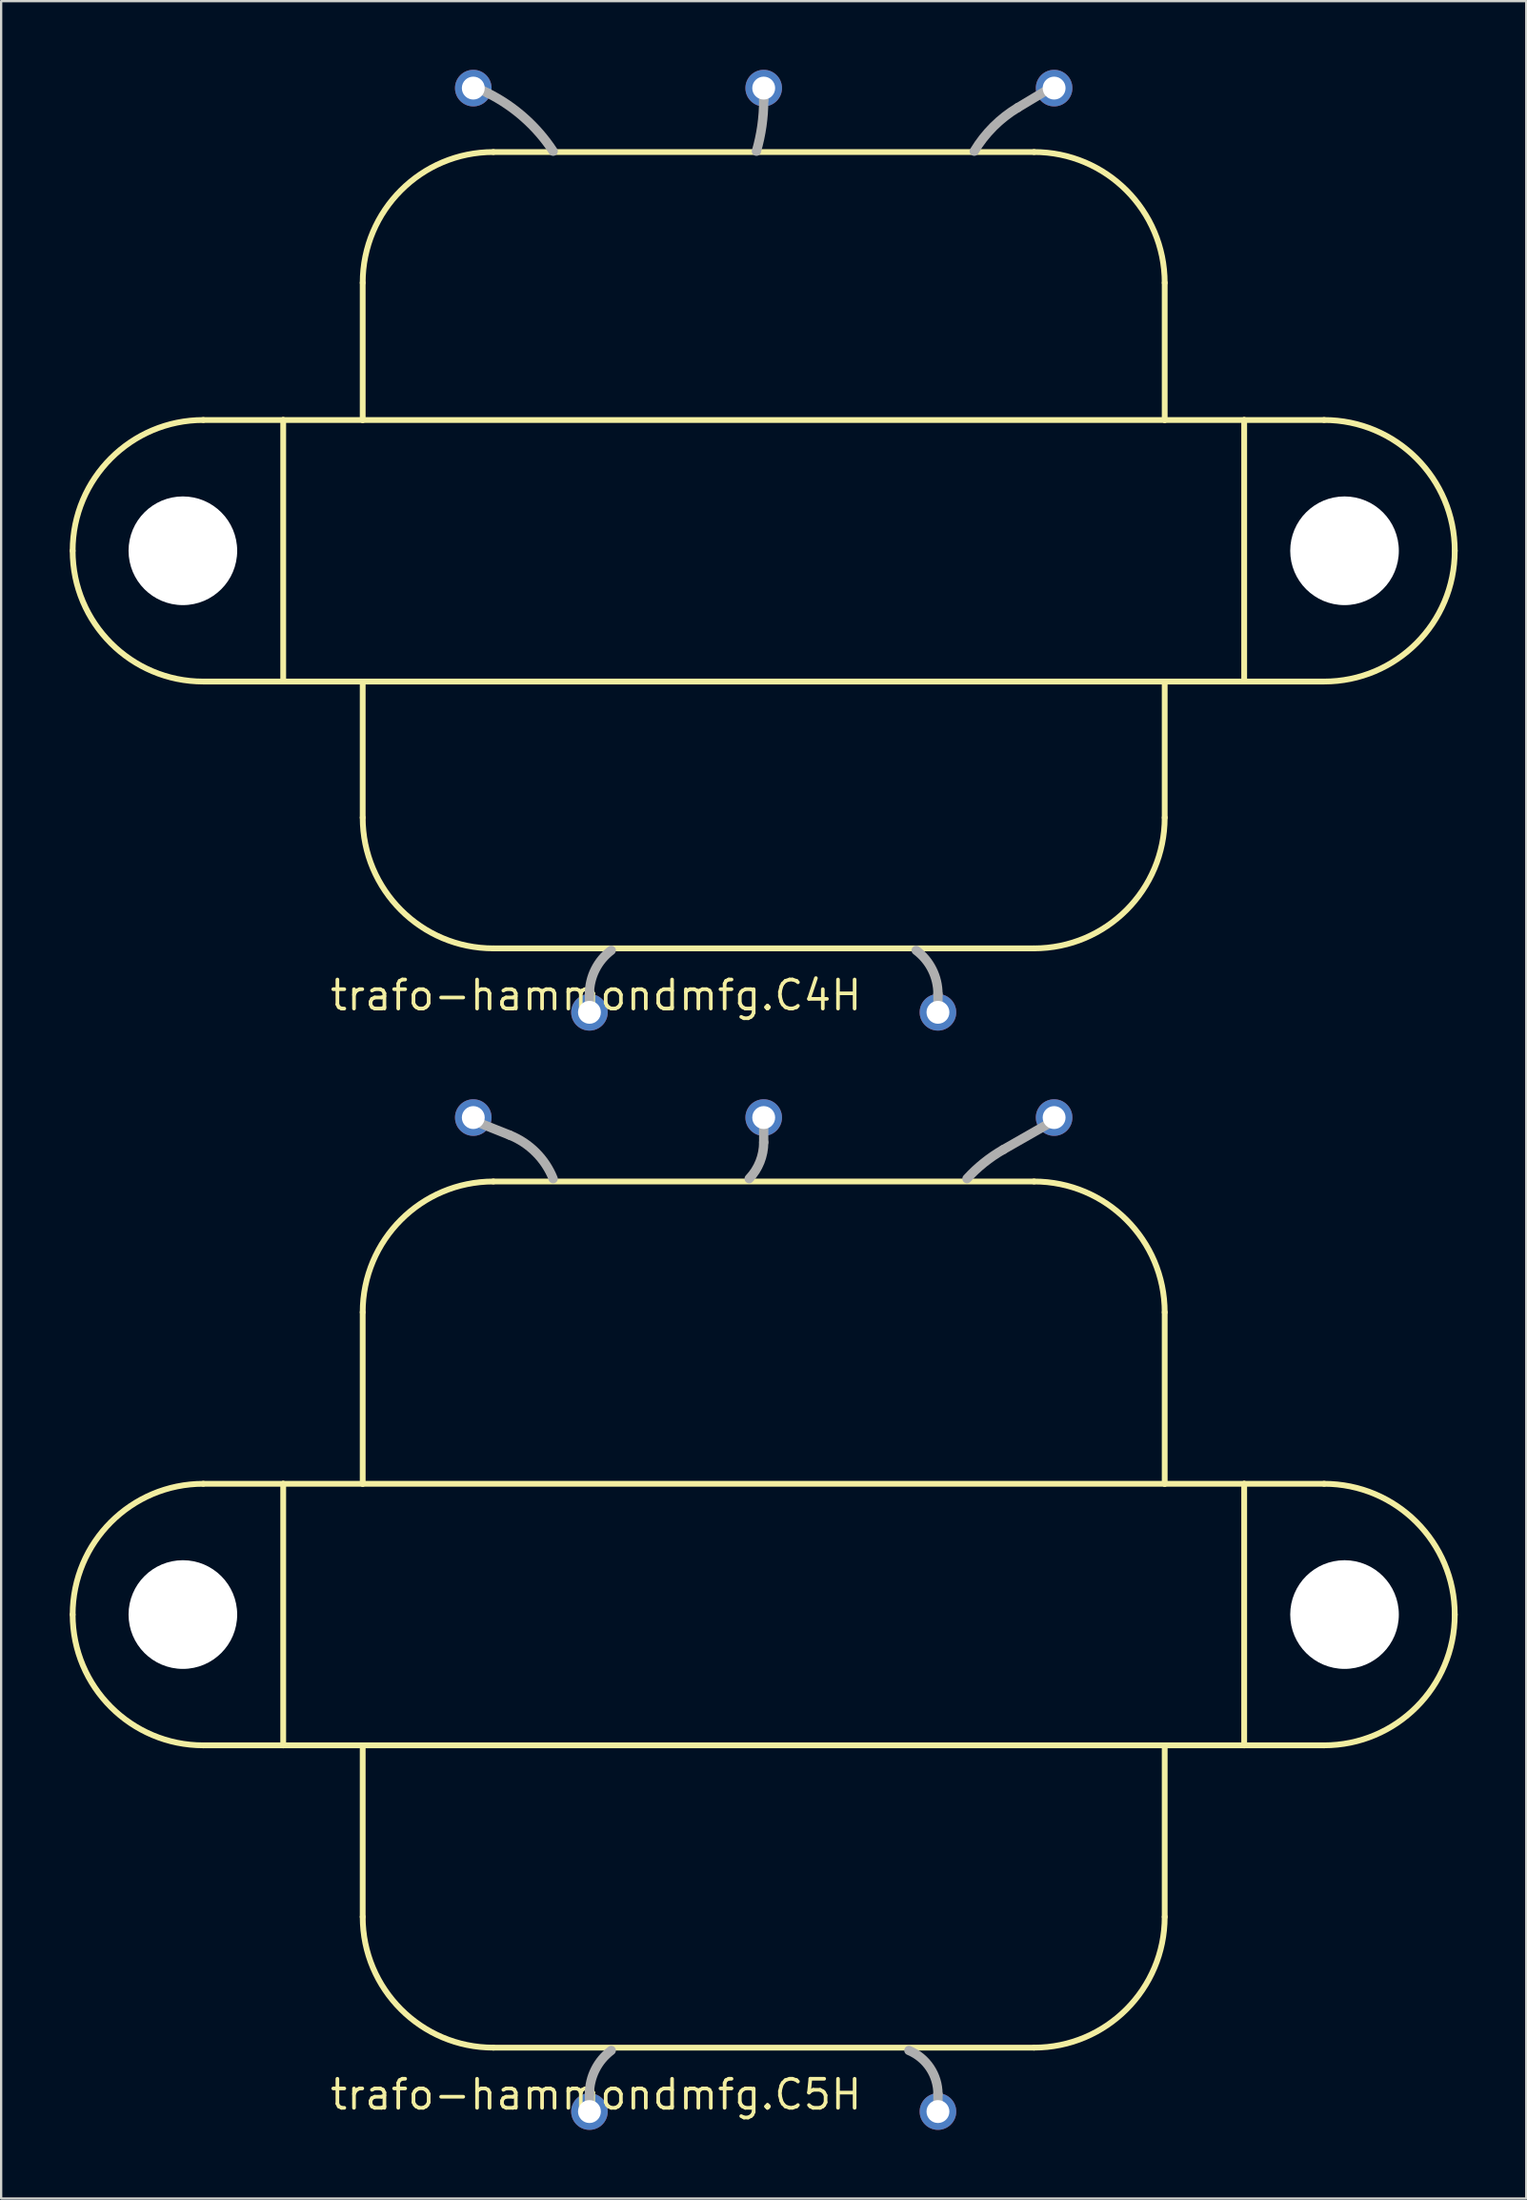
<source format=kicad_pcb>
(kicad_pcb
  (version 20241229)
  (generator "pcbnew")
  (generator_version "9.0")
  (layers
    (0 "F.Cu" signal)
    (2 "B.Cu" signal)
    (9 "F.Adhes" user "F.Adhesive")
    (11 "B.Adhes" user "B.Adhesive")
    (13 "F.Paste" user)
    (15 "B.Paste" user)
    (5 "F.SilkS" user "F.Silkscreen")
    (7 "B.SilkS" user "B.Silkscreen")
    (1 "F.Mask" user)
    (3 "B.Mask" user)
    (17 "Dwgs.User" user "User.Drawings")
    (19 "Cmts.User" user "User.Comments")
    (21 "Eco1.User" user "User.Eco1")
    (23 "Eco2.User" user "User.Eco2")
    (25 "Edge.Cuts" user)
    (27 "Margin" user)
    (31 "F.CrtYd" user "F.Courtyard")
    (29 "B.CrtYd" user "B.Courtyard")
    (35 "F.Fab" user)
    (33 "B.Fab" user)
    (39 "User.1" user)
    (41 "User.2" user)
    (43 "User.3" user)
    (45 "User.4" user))
  (footprint "trafo-hammondmfg.C5H"
    (layer "F.Cu")
    (at 30.347 67.51)
    (property "Reference" "trafo-hammondmfg.C5H" (at -19.05 21.72 0) (layer "F.SilkS") (effects (font (size 1.27 1.27) (thickness 0.16)) (justify left bottom)))
    (attr through_hole)
    (fp_line (start -24.505 5.715) (end -21.012 5.715) (stroke (width 0.254) (type default)) (layer "F.SilkS"))
    (fp_line (start -21.012 -5.715) (end -24.505 -5.715) (stroke (width 0.254) (type default)) (layer "F.SilkS"))
    (fp_line (start -21.012 -5.715) (end -21.012 5.715) (stroke (width 0.254) (type default)) (layer "F.SilkS"))
    (fp_line (start -21.012 5.715) (end -17.536 5.715) (stroke (width 0.254) (type default)) (layer "F.SilkS"))
    (fp_line (start -17.536 -5.715) (end -21.012 -5.715) (stroke (width 0.254) (type default)) (layer "F.SilkS"))
    (fp_line (start -17.536 -5.715) (end -17.536 -13.211) (stroke (width 0.254) (type default)) (layer "F.SilkS"))
    (fp_line (start -17.536 5.715) (end 17.536 5.715) (stroke (width 0.254) (type default)) (layer "F.SilkS"))
    (fp_line (start -17.536 13.211) (end -17.536 5.715) (stroke (width 0.254) (type default)) (layer "F.SilkS"))
    (fp_line (start -11.821 -18.926) (end 11.821 -18.926) (stroke (width 0.254) (type default)) (layer "F.SilkS"))
    (fp_line (start 11.821 18.926) (end -11.821 18.926) (stroke (width 0.254) (type default)) (layer "F.SilkS"))
    (fp_line (start 17.536 -13.211) (end 17.536 -5.715) (stroke (width 0.254) (type default)) (layer "F.SilkS"))
    (fp_line (start 17.536 -5.715) (end -17.536 -5.715) (stroke (width 0.254) (type default)) (layer "F.SilkS"))
    (fp_line (start 17.536 5.715) (end 17.536 13.211) (stroke (width 0.254) (type default)) (layer "F.SilkS"))
    (fp_line (start 17.536 5.715) (end 21.012 5.715) (stroke (width 0.254) (type default)) (layer "F.SilkS"))
    (fp_line (start 21.012 -5.715) (end 17.536 -5.715) (stroke (width 0.254) (type default)) (layer "F.SilkS"))
    (fp_line (start 21.012 -5.715) (end 21.012 5.715) (stroke (width 0.254) (type default)) (layer "F.SilkS"))
    (fp_line (start 21.012 5.715) (end 24.505 5.715) (stroke (width 0.254) (type default)) (layer "F.SilkS"))
    (fp_line (start 24.505 -5.715) (end 21.012 -5.715) (stroke (width 0.254) (type default)) (layer "F.SilkS"))
    (fp_arc (start -30.22 0) (mid -28.546115 -4.041115) (end -24.505 -5.715) (stroke (width 0.254) (type default)) (layer "F.SilkS"))
    (fp_arc (start -24.505 5.715) (mid -28.546115 4.041115) (end -30.22 0) (stroke (width 0.254) (type default)) (layer "F.SilkS"))
    (fp_arc (start -17.536 -13.211) (mid -15.862115 -17.252115) (end -11.821 -18.926) (stroke (width 0.254) (type default)) (layer "F.SilkS"))
    (fp_arc (start -11.821 18.926) (mid -15.862115 17.252115) (end -17.536 13.211) (stroke (width 0.254) (type default)) (layer "F.SilkS"))
    (fp_arc (start 11.821 -18.926) (mid 15.862115 -17.252115) (end 17.536 -13.211) (stroke (width 0.254) (type default)) (layer "F.SilkS"))
    (fp_arc (start 17.536 13.211) (mid 15.862115 17.252115) (end 11.821 18.926) (stroke (width 0.254) (type default)) (layer "F.SilkS"))
    (fp_arc (start 24.505 -5.715) (mid 28.546115 -4.041115) (end 30.22 0) (stroke (width 0.254) (type default)) (layer "F.SilkS"))
    (fp_arc (start 30.22 0) (mid 28.546115 4.041115) (end 24.505 5.715) (stroke (width 0.254) (type default)) (layer "F.SilkS"))
    (fp_line (start -12.7 -21.59) (end -11.113 -20.955) (stroke (width 0.406) (type default)) (layer "F.Fab"))
    (fp_line (start -7.62 21.59) (end -7.62 20.955) (stroke (width 0.406) (type default)) (layer "F.Fab"))
    (fp_line (start 0 -21.59) (end 0 -20.637) (stroke (width 0.406) (type default)) (layer "F.Fab"))
    (fp_line (start 7.62 21.59) (end 7.62 20.955) (stroke (width 0.406) (type default)) (layer "F.Fab"))
    (fp_line (start 12.7 -21.59) (end 10.477 -20.32) (stroke (width 0.406) (type default)) (layer "F.Fab"))
    (fp_arc (start -11.1125 -20.955) (mid -9.964492 -20.198008) (end -9.2075 -19.05) (stroke (width 0.4064) (type default)) (layer "F.Fab"))
    (fp_arc (start -7.62 20.955) (mid -7.368605 19.890073) (end -6.6675 19.05) (stroke (width 0.4064) (type default)) (layer "F.Fab"))
    (fp_arc (start 0 -20.6375) (mid -0.164638 -19.782605) (end -0.635 -19.05) (stroke (width 0.4064) (type default)) (layer "F.Fab"))
    (fp_arc (start 6.35 19.05) (mid 7.273394 19.810237) (end 7.62 20.955) (stroke (width 0.4064) (type default)) (layer "F.Fab"))
    (fp_arc (start 8.89 -19.05) (mid 9.634249 -19.746877) (end 10.4775 -20.32) (stroke (width 0.4064) (type default)) (layer "F.Fab"))
    (pad "" np_thru_hole circle (at -25.4 0) (size 4.75 4.75) (drill 4.75) (layers "*.Cu" "*.Mask"))
    (pad "" np_thru_hole circle (at 25.4 0) (size 4.75 4.75) (drill 4.75) (layers "*.Cu" "*.Mask"))
    (pad "BLK@1" thru_hole circle (at -7.62 21.72) (size 1.6 1.6) (drill 1) (layers "*.Cu" "*.Mask"))
    (pad "BLK@2" thru_hole circle (at 7.62 21.72) (size 1.6 1.6) (drill 1) (layers "*.Cu" "*.Mask"))
    (pad "GRN/YEL" thru_hole circle (at 0 -21.72) (size 1.6 1.6) (drill 1) (layers "*.Cu" "*.Mask"))
    (pad "GRN@1" thru_hole circle (at -12.7 -21.72) (size 1.6 1.6) (drill 1) (layers "*.Cu" "*.Mask"))
    (pad "GRN@2" thru_hole circle (at 12.7 -21.72) (size 1.6 1.6) (drill 1) (layers "*.Cu" "*.Mask")))
  (footprint "trafo-hammondmfg.C4H"
    (layer "F.Cu")
    (at 30.347 21.02)
    (property "Reference" "trafo-hammondmfg.C4H" (at -19.05 20.17 0) (layer "F.SilkS") (effects (font (size 1.27 1.27) (thickness 0.16)) (justify left bottom)))
    (attr through_hole)
    (fp_line (start -24.505 5.715) (end -21.012 5.715) (stroke (width 0.254) (type default)) (layer "F.SilkS"))
    (fp_line (start -21.012 -5.715) (end -24.505 -5.715) (stroke (width 0.254) (type default)) (layer "F.SilkS"))
    (fp_line (start -21.012 -5.715) (end -21.012 5.715) (stroke (width 0.254) (type default)) (layer "F.SilkS"))
    (fp_line (start -21.012 5.715) (end -17.536 5.715) (stroke (width 0.254) (type default)) (layer "F.SilkS"))
    (fp_line (start -17.536 -5.715) (end -21.012 -5.715) (stroke (width 0.254) (type default)) (layer "F.SilkS"))
    (fp_line (start -17.536 -5.715) (end -17.536 -11.711) (stroke (width 0.254) (type default)) (layer "F.SilkS"))
    (fp_line (start -17.536 5.715) (end 17.536 5.715) (stroke (width 0.254) (type default)) (layer "F.SilkS"))
    (fp_line (start -17.536 11.661) (end -17.536 5.715) (stroke (width 0.254) (type default)) (layer "F.SilkS"))
    (fp_line (start -11.821 -17.426) (end 11.821 -17.426) (stroke (width 0.254) (type default)) (layer "F.SilkS"))
    (fp_line (start 11.821 17.376) (end -11.821 17.376) (stroke (width 0.254) (type default)) (layer "F.SilkS"))
    (fp_line (start 17.536 -11.711) (end 17.536 -5.715) (stroke (width 0.254) (type default)) (layer "F.SilkS"))
    (fp_line (start 17.536 -5.715) (end -17.536 -5.715) (stroke (width 0.254) (type default)) (layer "F.SilkS"))
    (fp_line (start 17.536 5.715) (end 17.536 11.661) (stroke (width 0.254) (type default)) (layer "F.SilkS"))
    (fp_line (start 17.536 5.715) (end 21.012 5.715) (stroke (width 0.254) (type default)) (layer "F.SilkS"))
    (fp_line (start 21.012 -5.715) (end 17.536 -5.715) (stroke (width 0.254) (type default)) (layer "F.SilkS"))
    (fp_line (start 21.012 -5.715) (end 21.012 5.715) (stroke (width 0.254) (type default)) (layer "F.SilkS"))
    (fp_line (start 21.012 5.715) (end 24.505 5.715) (stroke (width 0.254) (type default)) (layer "F.SilkS"))
    (fp_line (start 24.505 -5.715) (end 21.012 -5.715) (stroke (width 0.254) (type default)) (layer "F.SilkS"))
    (fp_arc (start -30.22 0) (mid -28.546115 -4.041115) (end -24.505 -5.715) (stroke (width 0.254) (type default)) (layer "F.SilkS"))
    (fp_arc (start -24.505 5.715) (mid -28.546115 4.041115) (end -30.22 0) (stroke (width 0.254) (type default)) (layer "F.SilkS"))
    (fp_arc (start -17.536 -11.711) (mid -15.862115 -15.752115) (end -11.821 -17.426) (stroke (width 0.254) (type default)) (layer "F.SilkS"))
    (fp_arc (start -11.821 17.376) (mid -15.862115 15.702115) (end -17.536 11.661) (stroke (width 0.254) (type default)) (layer "F.SilkS"))
    (fp_arc (start 11.821 -17.426) (mid 15.862115 -15.752115) (end 17.536 -11.711) (stroke (width 0.254) (type default)) (layer "F.SilkS"))
    (fp_arc (start 17.536 11.661) (mid 15.862115 15.702115) (end 11.821 17.376) (stroke (width 0.254) (type default)) (layer "F.SilkS"))
    (fp_arc (start 24.505 -5.715) (mid 28.546115 -4.041115) (end 30.22 0) (stroke (width 0.254) (type default)) (layer "F.SilkS"))
    (fp_arc (start 30.22 0) (mid 28.546115 4.041115) (end 24.505 5.715) (stroke (width 0.254) (type default)) (layer "F.SilkS"))
    (fp_line (start -12.7 -20.32) (end -12.065 -20.003) (stroke (width 0.406) (type default)) (layer "F.Fab"))
    (fp_line (start -7.62 20.003) (end -7.62 19.367) (stroke (width 0.406) (type default)) (layer "F.Fab"))
    (fp_line (start 0 -20.32) (end 0 -19.685) (stroke (width 0.406) (type default)) (layer "F.Fab"))
    (fp_line (start 7.62 20.003) (end 7.62 19.367) (stroke (width 0.406) (type default)) (layer "F.Fab"))
    (fp_line (start 12.7 -20.32) (end 11.113 -19.367) (stroke (width 0.406) (type default)) (layer "F.Fab"))
    (fp_arc (start -12.065 -20.0025) (mid -10.468279 -18.921467) (end -9.2075 -17.4625) (stroke (width 0.4064) (type default)) (layer "F.Fab"))
    (fp_arc (start -7.62 19.3675) (mid -7.368605 18.302573) (end -6.6675 17.4625) (stroke (width 0.4064) (type default)) (layer "F.Fab"))
    (fp_arc (start 0 -19.685) (mid -0.079776 -18.562468) (end -0.3175 -17.4625) (stroke (width 0.4064) (type default)) (layer "F.Fab"))
    (fp_arc (start 6.6675 17.4625) (mid 7.368605 18.302573) (end 7.62 19.3675) (stroke (width 0.4064) (type default)) (layer "F.Fab"))
    (fp_arc (start 9.2075 -17.4625) (mid 10.042742 -18.532258) (end 11.1125 -19.3675) (stroke (width 0.4064) (type default)) (layer "F.Fab"))
    (pad "" np_thru_hole circle (at -25.4 0) (size 4.75 4.75) (drill 4.75) (layers "*.Cu" "*.Mask"))
    (pad "" np_thru_hole circle (at 25.4 0) (size 4.75 4.75) (drill 4.75) (layers "*.Cu" "*.Mask"))
    (pad "BLK@1" thru_hole circle (at -7.62 20.17) (size 1.6 1.6) (drill 1) (layers "*.Cu" "*.Mask"))
    (pad "BLK@2" thru_hole circle (at 7.62 20.17) (size 1.6 1.6) (drill 1) (layers "*.Cu" "*.Mask"))
    (pad "GRN/YEL" thru_hole circle (at 0 -20.22) (size 1.6 1.6) (drill 1) (layers "*.Cu" "*.Mask"))
    (pad "GRN@1" thru_hole circle (at -12.7 -20.22) (size 1.6 1.6) (drill 1) (layers "*.Cu" "*.Mask"))
    (pad "GRN@2" thru_hole circle (at 12.7 -20.22) (size 1.6 1.6) (drill 1) (layers "*.Cu" "*.Mask")))
  (gr_rect
    (start -3 -3)
    (end 63.694 93.03)
    (stroke (width 0.1) (type default))
    (fill no)
    (layer "Edge.Cuts")))
</source>
